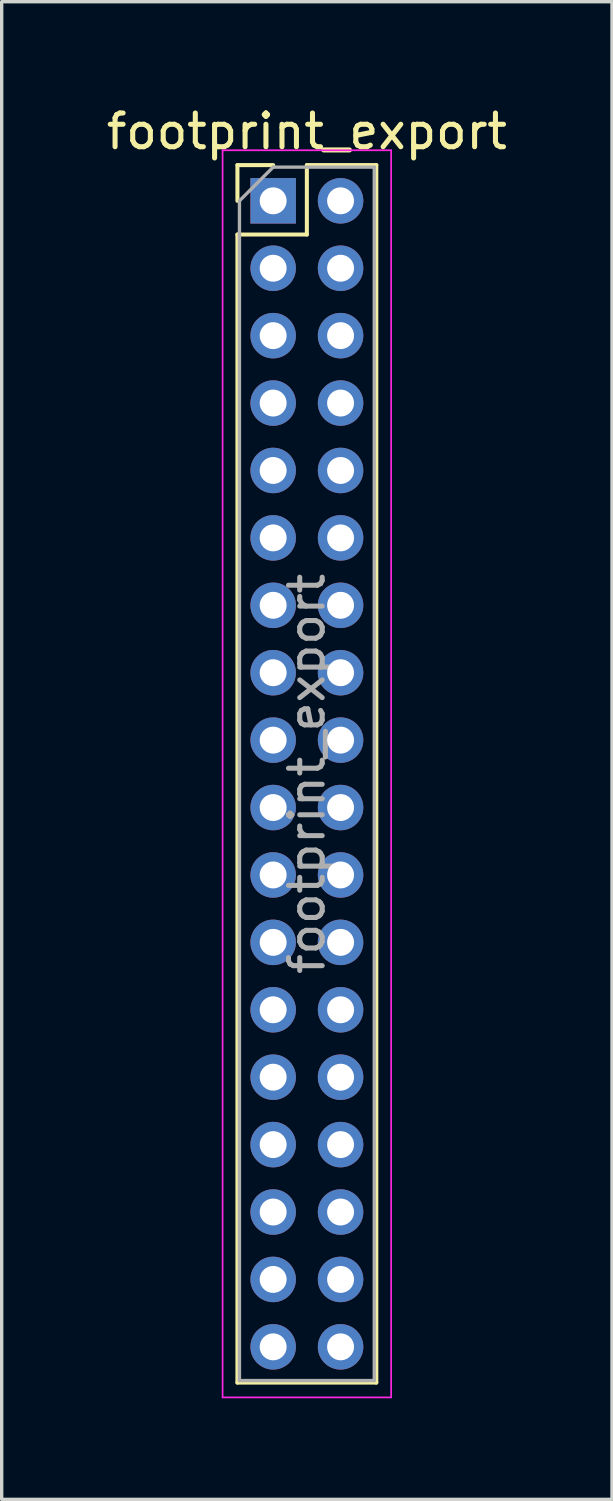
<source format=kicad_pcb>
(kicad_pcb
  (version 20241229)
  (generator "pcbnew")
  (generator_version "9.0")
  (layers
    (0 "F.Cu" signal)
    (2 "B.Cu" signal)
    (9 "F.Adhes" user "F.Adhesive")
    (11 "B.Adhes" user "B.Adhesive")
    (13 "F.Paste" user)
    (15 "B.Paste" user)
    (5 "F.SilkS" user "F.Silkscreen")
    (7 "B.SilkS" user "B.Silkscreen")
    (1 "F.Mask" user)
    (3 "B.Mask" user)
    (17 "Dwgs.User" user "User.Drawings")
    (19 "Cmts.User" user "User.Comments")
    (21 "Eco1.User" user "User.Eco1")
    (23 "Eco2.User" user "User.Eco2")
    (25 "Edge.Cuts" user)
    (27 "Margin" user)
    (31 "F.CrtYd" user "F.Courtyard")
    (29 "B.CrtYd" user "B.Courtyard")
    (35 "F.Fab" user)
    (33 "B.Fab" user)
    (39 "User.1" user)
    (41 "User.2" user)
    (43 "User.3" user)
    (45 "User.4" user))
  (footprint "footprint_export"
    (layer "F.Cu")
    (at 5.054 2.908)
    (property "Reference" "footprint_export" (at 1 -2.06 0) (layer "F.SilkS") (effects (font (size 1 1) (thickness 0.15))))
    (attr through_hole)
    (fp_line (start -1.06 -1.06) (end 0 -1.06) (stroke (width 0.12) (type solid)) (layer "F.SilkS"))
    (fp_line (start -1.06 0) (end -1.06 -1.06) (stroke (width 0.12) (type solid)) (layer "F.SilkS"))
    (fp_line (start -1.06 1) (end -1.06 35.06) (stroke (width 0.12) (type solid)) (layer "F.SilkS"))
    (fp_line (start -1.06 1) (end 1 1) (stroke (width 0.12) (type solid)) (layer "F.SilkS"))
    (fp_line (start -1.06 35.06) (end 3.06 35.06) (stroke (width 0.12) (type solid)) (layer "F.SilkS"))
    (fp_line (start 1 -1.06) (end 3.06 -1.06) (stroke (width 0.12) (type solid)) (layer "F.SilkS"))
    (fp_line (start 1 1) (end 1 -1.06) (stroke (width 0.12) (type solid)) (layer "F.SilkS"))
    (fp_line (start 3.06 -1.06) (end 3.06 35.06) (stroke (width 0.12) (type solid)) (layer "F.SilkS"))
    (fp_line (start -1.5 -1.5) (end -1.5 35.5) (stroke (width 0.05) (type solid)) (layer "F.CrtYd"))
    (fp_line (start -1.5 35.5) (end 3.5 35.5) (stroke (width 0.05) (type solid)) (layer "F.CrtYd"))
    (fp_line (start 3.5 -1.5) (end -1.5 -1.5) (stroke (width 0.05) (type solid)) (layer "F.CrtYd"))
    (fp_line (start 3.5 35.5) (end 3.5 -1.5) (stroke (width 0.05) (type solid)) (layer "F.CrtYd"))
    (fp_line (start -1 0) (end 0 -1) (stroke (width 0.1) (type solid)) (layer "F.Fab"))
    (fp_line (start -1 35) (end -1 0) (stroke (width 0.1) (type solid)) (layer "F.Fab"))
    (fp_line (start 0 -1) (end 3 -1) (stroke (width 0.1) (type solid)) (layer "F.Fab"))
    (fp_line (start 3 -1) (end 3 35) (stroke (width 0.1) (type solid)) (layer "F.Fab"))
    (fp_line (start 3 35) (end -1 35) (stroke (width 0.1) (type solid)) (layer "F.Fab"))
    (fp_text user "${REFERENCE}" (at 1 17 90) (layer "F.Fab") (effects (font (size 1 1) (thickness 0.15))))
    (pad "1" thru_hole rect (at 0 0) (size 1.35 1.35) (drill 0.8) (layers "*.Cu" "*.Mask"))
    (pad "2" thru_hole oval (at 2 0) (size 1.35 1.35) (drill 0.8) (layers "*.Cu" "*.Mask"))
    (pad "3" thru_hole oval (at 0 2) (size 1.35 1.35) (drill 0.8) (layers "*.Cu" "*.Mask"))
    (pad "4" thru_hole oval (at 2 2) (size 1.35 1.35) (drill 0.8) (layers "*.Cu" "*.Mask"))
    (pad "5" thru_hole oval (at 0 4) (size 1.35 1.35) (drill 0.8) (layers "*.Cu" "*.Mask"))
    (pad "6" thru_hole oval (at 2 4) (size 1.35 1.35) (drill 0.8) (layers "*.Cu" "*.Mask"))
    (pad "7" thru_hole oval (at 0 6) (size 1.35 1.35) (drill 0.8) (layers "*.Cu" "*.Mask"))
    (pad "8" thru_hole oval (at 2 6) (size 1.35 1.35) (drill 0.8) (layers "*.Cu" "*.Mask"))
    (pad "9" thru_hole oval (at 0 8) (size 1.35 1.35) (drill 0.8) (layers "*.Cu" "*.Mask"))
    (pad "10" thru_hole oval (at 2 8) (size 1.35 1.35) (drill 0.8) (layers "*.Cu" "*.Mask"))
    (pad "11" thru_hole oval (at 0 10) (size 1.35 1.35) (drill 0.8) (layers "*.Cu" "*.Mask"))
    (pad "12" thru_hole oval (at 2 10) (size 1.35 1.35) (drill 0.8) (layers "*.Cu" "*.Mask"))
    (pad "13" thru_hole oval (at 0 12) (size 1.35 1.35) (drill 0.8) (layers "*.Cu" "*.Mask"))
    (pad "14" thru_hole oval (at 2 12) (size 1.35 1.35) (drill 0.8) (layers "*.Cu" "*.Mask"))
    (pad "15" thru_hole oval (at 0 14) (size 1.35 1.35) (drill 0.8) (layers "*.Cu" "*.Mask"))
    (pad "16" thru_hole oval (at 2 14) (size 1.35 1.35) (drill 0.8) (layers "*.Cu" "*.Mask"))
    (pad "17" thru_hole oval (at 0 16) (size 1.35 1.35) (drill 0.8) (layers "*.Cu" "*.Mask"))
    (pad "18" thru_hole oval (at 2 16) (size 1.35 1.35) (drill 0.8) (layers "*.Cu" "*.Mask"))
    (pad "19" thru_hole oval (at 0 18) (size 1.35 1.35) (drill 0.8) (layers "*.Cu" "*.Mask"))
    (pad "20" thru_hole oval (at 2 18) (size 1.35 1.35) (drill 0.8) (layers "*.Cu" "*.Mask"))
    (pad "21" thru_hole oval (at 0 20) (size 1.35 1.35) (drill 0.8) (layers "*.Cu" "*.Mask"))
    (pad "22" thru_hole oval (at 2 20) (size 1.35 1.35) (drill 0.8) (layers "*.Cu" "*.Mask"))
    (pad "23" thru_hole oval (at 0 22) (size 1.35 1.35) (drill 0.8) (layers "*.Cu" "*.Mask"))
    (pad "24" thru_hole oval (at 2 22) (size 1.35 1.35) (drill 0.8) (layers "*.Cu" "*.Mask"))
    (pad "25" thru_hole oval (at 0 24) (size 1.35 1.35) (drill 0.8) (layers "*.Cu" "*.Mask"))
    (pad "26" thru_hole oval (at 2 24) (size 1.35 1.35) (drill 0.8) (layers "*.Cu" "*.Mask"))
    (pad "27" thru_hole oval (at 0 26) (size 1.35 1.35) (drill 0.8) (layers "*.Cu" "*.Mask"))
    (pad "28" thru_hole oval (at 2 26) (size 1.35 1.35) (drill 0.8) (layers "*.Cu" "*.Mask"))
    (pad "29" thru_hole oval (at 0 28) (size 1.35 1.35) (drill 0.8) (layers "*.Cu" "*.Mask"))
    (pad "30" thru_hole oval (at 2 28) (size 1.35 1.35) (drill 0.8) (layers "*.Cu" "*.Mask"))
    (pad "31" thru_hole oval (at 0 30) (size 1.35 1.35) (drill 0.8) (layers "*.Cu" "*.Mask"))
    (pad "32" thru_hole oval (at 2 30) (size 1.35 1.35) (drill 0.8) (layers "*.Cu" "*.Mask"))
    (pad "33" thru_hole oval (at 0 32) (size 1.35 1.35) (drill 0.8) (layers "*.Cu" "*.Mask"))
    (pad "34" thru_hole oval (at 2 32) (size 1.35 1.35) (drill 0.8) (layers "*.Cu" "*.Mask"))
    (pad "35" thru_hole oval (at 0 34) (size 1.35 1.35) (drill 0.8) (layers "*.Cu" "*.Mask"))
    (pad "36" thru_hole oval (at 2 34) (size 1.35 1.35) (drill 0.8) (layers "*.Cu" "*.Mask")))
  (gr_rect
    (start -3 -3)
    (end 15.107 41.433)
    (stroke (width 0.1) (type default))
    (fill no)
    (layer "Edge.Cuts")))
</source>
